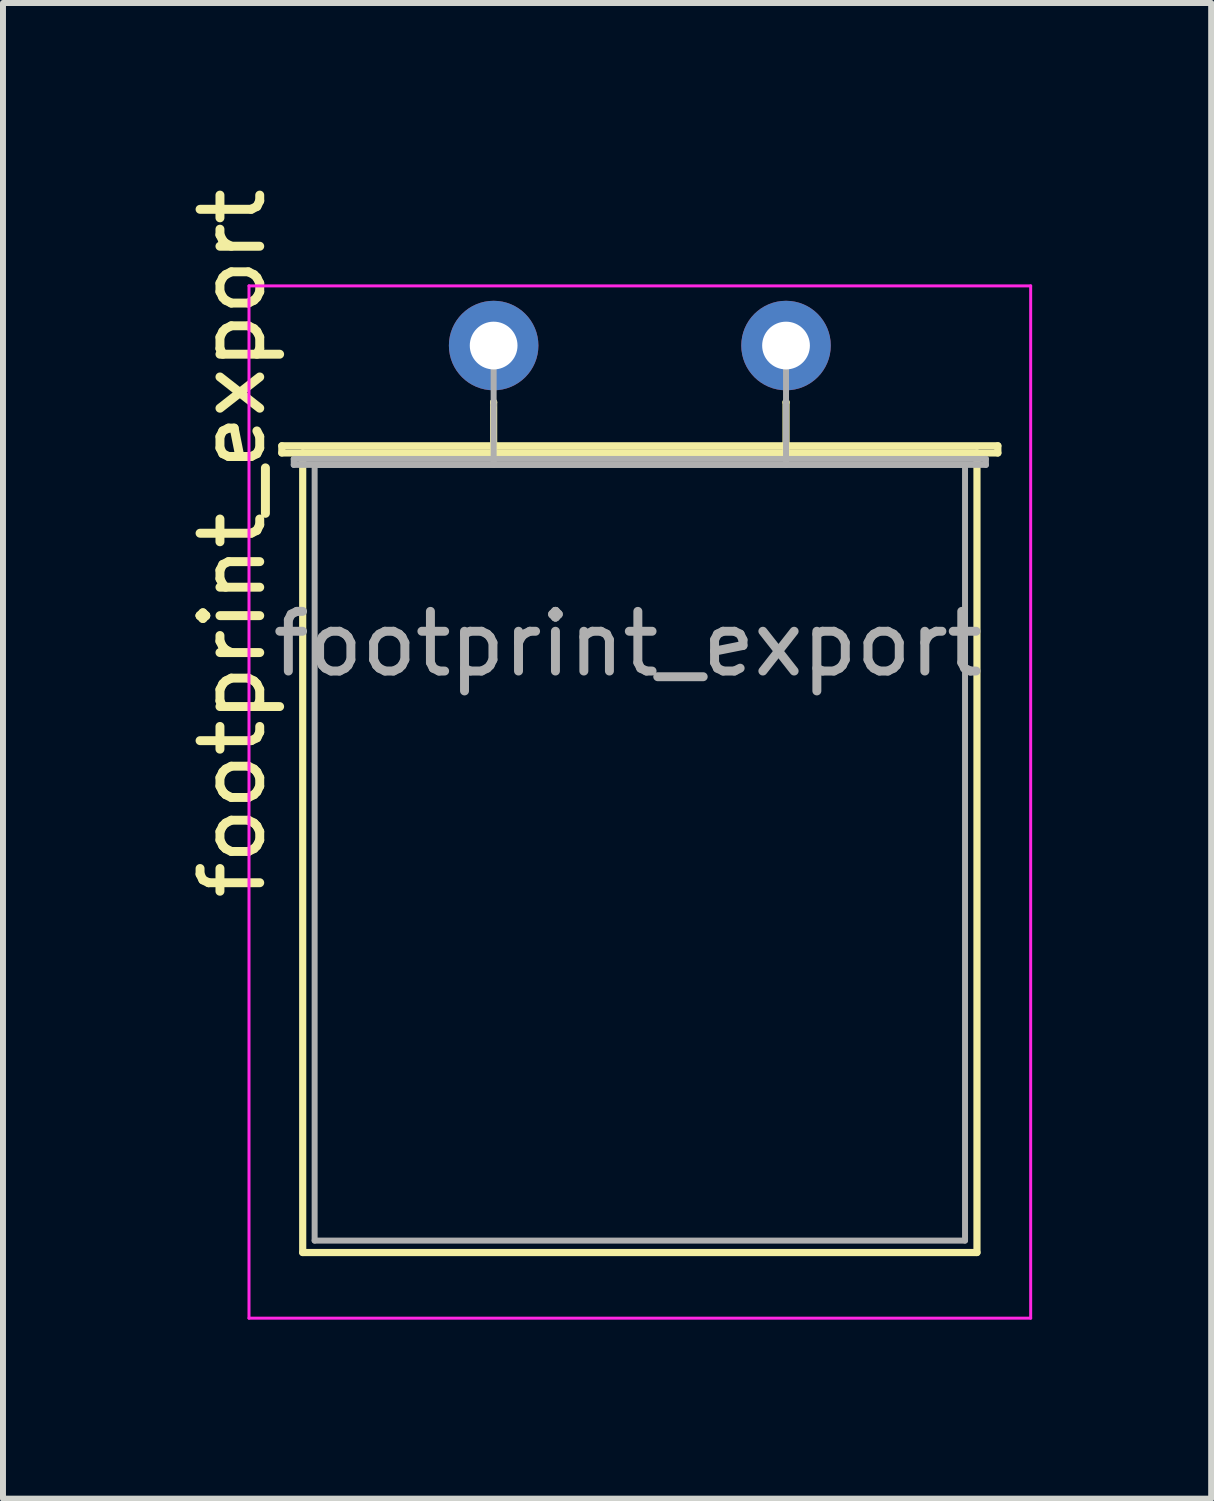
<source format=kicad_pcb>
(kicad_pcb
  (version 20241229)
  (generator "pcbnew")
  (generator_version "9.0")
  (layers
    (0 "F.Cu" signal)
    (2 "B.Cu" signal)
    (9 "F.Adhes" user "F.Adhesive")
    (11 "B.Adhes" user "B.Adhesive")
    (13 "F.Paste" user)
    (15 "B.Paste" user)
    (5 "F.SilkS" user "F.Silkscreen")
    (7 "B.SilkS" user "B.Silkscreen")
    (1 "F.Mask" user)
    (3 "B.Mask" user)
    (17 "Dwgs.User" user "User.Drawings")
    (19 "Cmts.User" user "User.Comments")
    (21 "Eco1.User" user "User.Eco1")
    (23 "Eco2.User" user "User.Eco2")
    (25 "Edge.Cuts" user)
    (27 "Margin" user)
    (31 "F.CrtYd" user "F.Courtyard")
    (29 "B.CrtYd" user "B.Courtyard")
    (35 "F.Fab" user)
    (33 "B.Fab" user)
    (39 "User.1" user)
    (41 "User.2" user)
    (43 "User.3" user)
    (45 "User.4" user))
  (footprint "footprint_export"
    (layer "F.Cu")
    (at 5.223 2.741)
    (property "Reference" "footprint_export" (at -4.375 3.312 90) (layer "F.SilkS") (effects (font (size 1 1) (thickness 0.15))))
    (attr through_hole)
    (fp_line (start -3.55 1.68) (end 8.45 1.68) (stroke (width 0.12) (type solid)) (layer "F.SilkS"))
    (fp_line (start -3.55 1.8) (end -3.55 1.68) (stroke (width 0.12) (type solid)) (layer "F.SilkS"))
    (fp_line (start -3.2 1.8) (end -3.2 15.2) (stroke (width 0.12) (type solid)) (layer "F.SilkS"))
    (fp_line (start -3.2 15.2) (end 8.1 15.2) (stroke (width 0.12) (type solid)) (layer "F.SilkS"))
    (fp_line (start 0 0.95) (end 0 0.95) (stroke (width 0.12) (type solid)) (layer "F.SilkS"))
    (fp_line (start 0 1.8) (end 0 0.95) (stroke (width 0.12) (type solid)) (layer "F.SilkS"))
    (fp_line (start 4.9 0.95) (end 4.9 0.95) (stroke (width 0.12) (type solid)) (layer "F.SilkS"))
    (fp_line (start 4.9 1.8) (end 4.9 0.95) (stroke (width 0.12) (type solid)) (layer "F.SilkS"))
    (fp_line (start 8.1 1.8) (end -3.2 1.8) (stroke (width 0.12) (type solid)) (layer "F.SilkS"))
    (fp_line (start 8.1 15.2) (end 8.1 1.8) (stroke (width 0.12) (type solid)) (layer "F.SilkS"))
    (fp_line (start 8.45 1.68) (end 8.45 1.8) (stroke (width 0.12) (type solid)) (layer "F.SilkS"))
    (fp_line (start 8.45 1.8) (end -3.55 1.8) (stroke (width 0.12) (type solid)) (layer "F.SilkS"))
    (fp_line (start -4.1 -1) (end -4.1 16.3) (stroke (width 0.05) (type solid)) (layer "F.CrtYd"))
    (fp_line (start -4.1 16.3) (end 9 16.3) (stroke (width 0.05) (type solid)) (layer "F.CrtYd"))
    (fp_line (start 9 -1) (end -4.1 -1) (stroke (width 0.05) (type solid)) (layer "F.CrtYd"))
    (fp_line (start 9 16.3) (end 9 -1) (stroke (width 0.05) (type solid)) (layer "F.CrtYd"))
    (fp_line (start -3.35 1.9) (end 8.25 1.9) (stroke (width 0.1) (type solid)) (layer "F.Fab"))
    (fp_line (start -3.35 2) (end -3.35 1.9) (stroke (width 0.1) (type solid)) (layer "F.Fab"))
    (fp_line (start -3 2) (end -3 15) (stroke (width 0.1) (type solid)) (layer "F.Fab"))
    (fp_line (start -3 15) (end 7.9 15) (stroke (width 0.1) (type solid)) (layer "F.Fab"))
    (fp_line (start 0 1) (end 0 0) (stroke (width 0.1) (type solid)) (layer "F.Fab"))
    (fp_line (start 0 2) (end 0 1) (stroke (width 0.1) (type solid)) (layer "F.Fab"))
    (fp_line (start 4.9 1) (end 4.9 0) (stroke (width 0.1) (type solid)) (layer "F.Fab"))
    (fp_line (start 4.9 2) (end 4.9 1) (stroke (width 0.1) (type solid)) (layer "F.Fab"))
    (fp_line (start 7.9 2) (end -3 2) (stroke (width 0.1) (type solid)) (layer "F.Fab"))
    (fp_line (start 7.9 15) (end 7.9 2) (stroke (width 0.1) (type solid)) (layer "F.Fab"))
    (fp_line (start 8.25 1.9) (end 8.25 2) (stroke (width 0.1) (type solid)) (layer "F.Fab"))
    (fp_line (start 8.25 2) (end -3.35 2) (stroke (width 0.1) (type solid)) (layer "F.Fab"))
    (fp_text user "${REFERENCE}" (at 2.25 5 0) (layer "F.Fab") (effects (font (size 1 1) (thickness 0.15))))
    (pad "1" thru_hole circle (at 0 0) (size 1.5 1.5) (drill 0.8) (layers "*.Cu" "*.Mask"))
    (pad "2" thru_hole circle (at 4.9 0) (size 1.5 1.5) (drill 0.8) (layers "*.Cu" "*.Mask")))
  (gr_rect
    (start -3 -3)
    (end 17.248 22.066)
    (stroke (width 0.1) (type default))
    (fill no)
    (layer "Edge.Cuts")))
</source>
